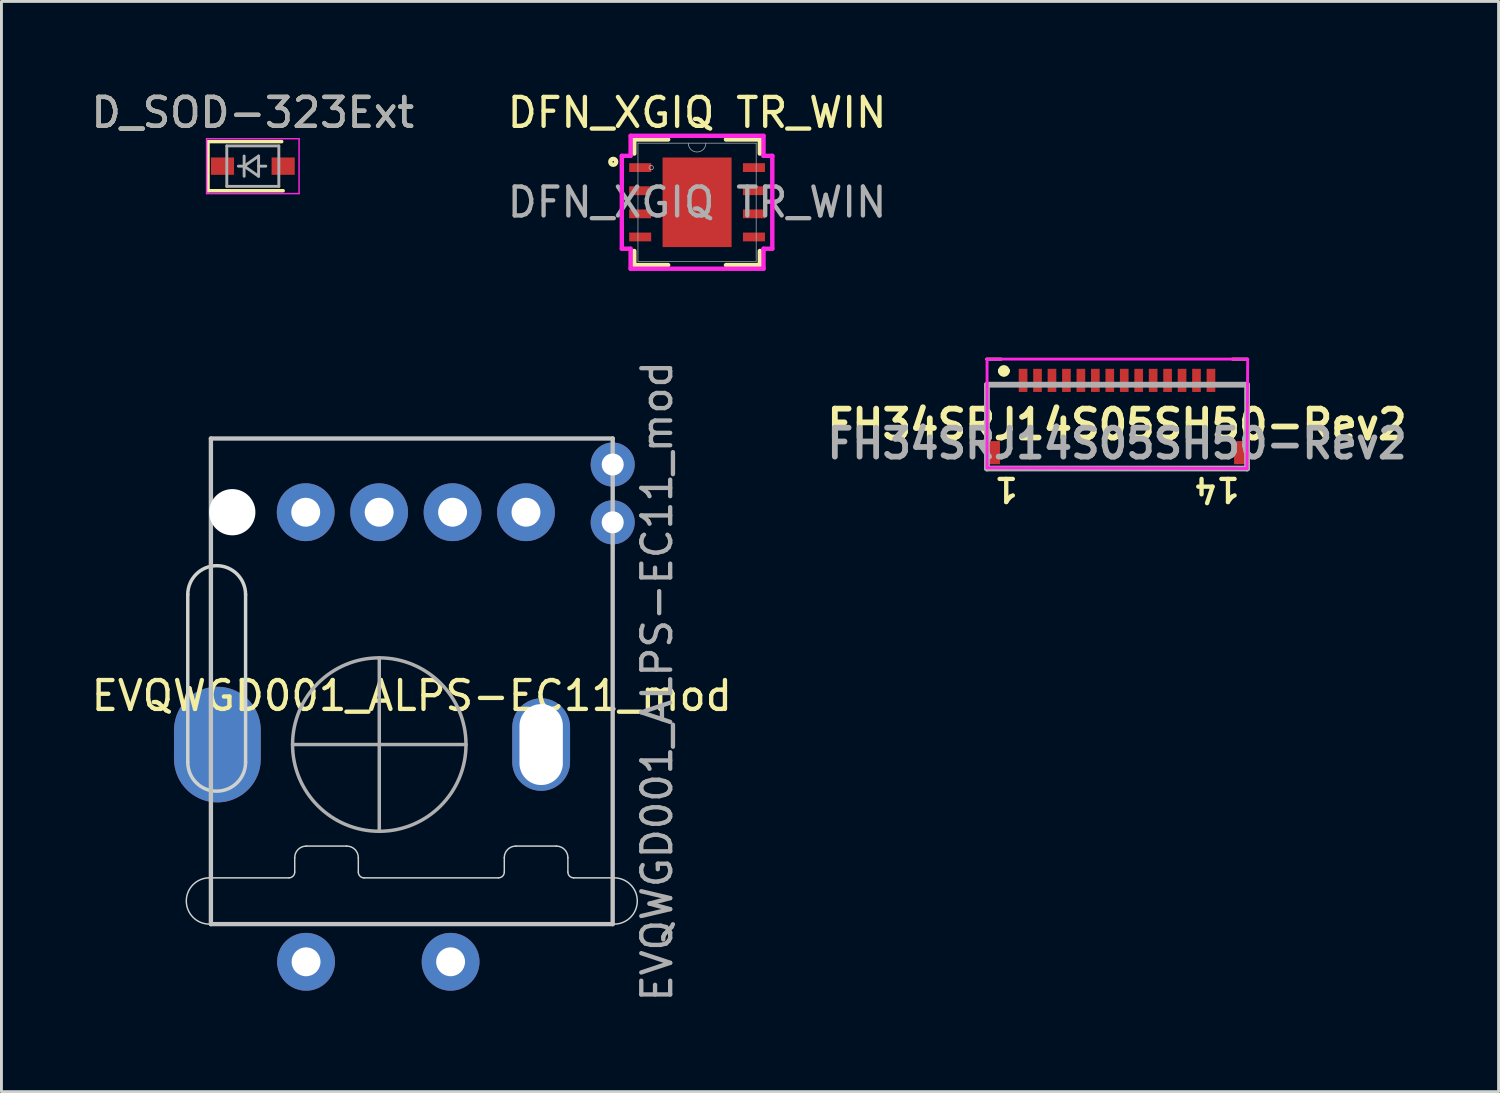
<source format=kicad_pcb>
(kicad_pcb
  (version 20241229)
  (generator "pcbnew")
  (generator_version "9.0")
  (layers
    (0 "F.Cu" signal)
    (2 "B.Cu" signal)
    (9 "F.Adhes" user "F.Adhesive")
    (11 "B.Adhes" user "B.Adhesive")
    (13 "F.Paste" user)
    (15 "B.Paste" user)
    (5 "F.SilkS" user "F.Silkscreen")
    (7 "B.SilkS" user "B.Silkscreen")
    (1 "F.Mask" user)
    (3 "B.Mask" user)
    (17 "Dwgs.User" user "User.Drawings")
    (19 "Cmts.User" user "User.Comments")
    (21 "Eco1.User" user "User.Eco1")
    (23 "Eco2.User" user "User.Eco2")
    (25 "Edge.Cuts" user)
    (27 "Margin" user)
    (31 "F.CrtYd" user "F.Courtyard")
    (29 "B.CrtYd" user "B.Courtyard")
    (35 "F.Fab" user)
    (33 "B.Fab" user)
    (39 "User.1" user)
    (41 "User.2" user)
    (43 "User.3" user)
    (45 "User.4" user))
  (footprint "DFN_XGIQ TR_WIN"
    (layer "F.Cu")
    (at 21.065 3.948)
    (property "Reference" "DFN_XGIQ TR_WIN" (at 0 -3.1 0) (unlocked yes) (layer "F.SilkS") (effects (font (size 1 1) (thickness 0.15))))
    (attr smd)
    (fp_line (start -2.172 -2.172) (end -2.172 -1.685) (stroke (width 0.152) (type solid)) (layer "F.SilkS"))
    (fp_line (start -2.172 1.685) (end -2.172 2.172) (stroke (width 0.152) (type solid)) (layer "F.SilkS"))
    (fp_line (start -2.172 2.172) (end -1 2.172) (stroke (width 0.152) (type solid)) (layer "F.SilkS"))
    (fp_line (start -1 -2.172) (end -2.172 -2.172) (stroke (width 0.152) (type solid)) (layer "F.SilkS"))
    (fp_line (start 2.172 -2.172) (end 1 -2.172) (stroke (width 0.152) (type solid)) (layer "F.SilkS"))
    (fp_line (start 2.172 -1.685) (end 2.172 -2.172) (stroke (width 0.152) (type solid)) (layer "F.SilkS"))
    (fp_line (start 2.172 2.172) (end 1 2.172) (stroke (width 0.152) (type solid)) (layer "F.SilkS"))
    (fp_line (start 2.172 2.172) (end 2.172 1.685) (stroke (width 0.152) (type solid)) (layer "F.SilkS"))
    (fp_circle (center -2.9 -1.4) (end -2.798 -1.4) (stroke (width 0.152) (type solid)) (fill no) (layer "F.SilkS"))
    (fp_poly (pts (xy -1.094 -1.449) (xy -1.094 -0.1) (xy 1.094 -0.1) (xy 1.094 -1.449)) (stroke (width 0) (type solid)) (fill yes) (layer "F.Paste"))
    (fp_poly (pts (xy -1.094 0.1) (xy -1.094 1.449) (xy 1.094 1.449) (xy 1.094 0.1)) (stroke (width 0) (type solid)) (fill yes) (layer "F.Paste"))
    (fp_line (start -2.603 -1.607) (end -2.299 -1.607) (stroke (width 0.152) (type solid)) (layer "F.CrtYd"))
    (fp_line (start -2.603 1.607) (end -2.603 -1.607) (stroke (width 0.152) (type solid)) (layer "F.CrtYd"))
    (fp_line (start -2.603 1.607) (end -2.299 1.607) (stroke (width 0.152) (type solid)) (layer "F.CrtYd"))
    (fp_line (start -2.299 -2.299) (end 2.299 -2.299) (stroke (width 0.152) (type solid)) (layer "F.CrtYd"))
    (fp_line (start -2.299 -1.607) (end -2.299 -2.299) (stroke (width 0.152) (type solid)) (layer "F.CrtYd"))
    (fp_line (start -2.299 2.299) (end -2.299 1.607) (stroke (width 0.152) (type solid)) (layer "F.CrtYd"))
    (fp_line (start 2.299 -2.299) (end 2.299 -1.607) (stroke (width 0.152) (type solid)) (layer "F.CrtYd"))
    (fp_line (start 2.299 1.607) (end 2.299 2.299) (stroke (width 0.152) (type solid)) (layer "F.CrtYd"))
    (fp_line (start 2.299 2.299) (end -2.299 2.299) (stroke (width 0.152) (type solid)) (layer "F.CrtYd"))
    (fp_line (start 2.603 -1.607) (end 2.299 -1.607) (stroke (width 0.152) (type solid)) (layer "F.CrtYd"))
    (fp_line (start 2.603 -1.607) (end 2.603 1.607) (stroke (width 0.152) (type solid)) (layer "F.CrtYd"))
    (fp_line (start 2.603 1.607) (end 2.299 1.607) (stroke (width 0.152) (type solid)) (layer "F.CrtYd"))
    (fp_line (start -2.045 -2.045) (end -2.045 2.045) (stroke (width 0.025) (type solid)) (layer "F.Fab"))
    (fp_line (start -2.045 2.045) (end 2.045 2.045) (stroke (width 0.025) (type solid)) (layer "F.Fab"))
    (fp_line (start 2.045 -2.045) (end -2.045 -2.045) (stroke (width 0.025) (type solid)) (layer "F.Fab"))
    (fp_line (start 2.045 2.045) (end 2.045 -2.045) (stroke (width 0.025) (type solid)) (layer "F.Fab"))
    (fp_arc (start 0.3048 -2.0447) (mid 0 -1.7399) (end -0.3048 -2.0447) (stroke (width 0.0254) (type solid)) (layer "F.Fab"))
    (fp_circle (center -1.587 -1.2) (end -1.511 -1.2) (stroke (width 0.025) (type solid)) (fill no) (layer "F.Fab"))
    (fp_text user "${REFERENCE}" (at 0 0 0) (unlocked yes) (layer "F.Fab") (effects (font (size 1 1) (thickness 0.15))))
    (pad "1" smd rect (at -1.968 -1.2) (size 0.762 0.305) (layers "F.Cu" "F.Mask" "F.Paste"))
    (pad "2" smd rect (at -1.968 -0.4) (size 0.762 0.305) (layers "F.Cu" "F.Mask" "F.Paste"))
    (pad "3" smd rect (at -1.968 0.4) (size 0.762 0.305) (layers "F.Cu" "F.Mask" "F.Paste"))
    (pad "4" smd rect (at -1.968 1.2) (size 0.762 0.305) (layers "F.Cu" "F.Mask" "F.Paste"))
    (pad "5" smd rect (at 1.968 1.2) (size 0.762 0.305) (layers "F.Cu" "F.Mask" "F.Paste"))
    (pad "6" smd rect (at 1.968 0.4) (size 0.762 0.305) (layers "F.Cu" "F.Mask" "F.Paste"))
    (pad "7" smd rect (at 1.968 -0.4) (size 0.762 0.305) (layers "F.Cu" "F.Mask" "F.Paste"))
    (pad "8" smd rect (at 1.968 -1.2) (size 0.762 0.305) (layers "F.Cu" "F.Mask" "F.Paste"))
    (pad "9" smd rect (at 0 0) (size 2.388 3.099) (layers "F.Cu" "F.Mask" "F.Paste")))
  (footprint "EVQWGD001_ALPS-EC11_mod"
    (layer "F.Cu")
    (at 11.196 20.52)
    (property "Reference" "EVQWGD001_ALPS-EC11_mod" (at 0 0.5 0) (layer "F.SilkS") (effects (font (size 1 1) (thickness 0.15))))
    (attr through_hole)
    (fp_line (start -6.95 -8.4) (end -6.95 8.4) (stroke (width 0.15) (type solid)) (layer "Dwgs.User"))
    (fp_line (start -6.95 -8.4) (end 6.95 -8.4) (stroke (width 0.15) (type solid)) (layer "Dwgs.User"))
    (fp_line (start -6.95 8.4) (end 6.95 8.4) (stroke (width 0.15) (type solid)) (layer "Dwgs.User"))
    (fp_line (start 6.95 -8.4) (end 6.95 8.4) (stroke (width 0.15) (type solid)) (layer "Dwgs.User"))
    (fp_line (start -7.75 -3) (end -7.75 2.8) (stroke (width 0.12) (type solid)) (layer "Edge.Cuts"))
    (fp_line (start -7 6.799) (end -4.25 6.799) (stroke (width 0.05) (type solid)) (layer "Edge.Cuts"))
    (fp_line (start -7 8.4) (end 7 8.4) (stroke (width 0.05) (type solid)) (layer "Edge.Cuts"))
    (fp_line (start -5.75 2.8) (end -5.75 -3) (stroke (width 0.12) (type solid)) (layer "Edge.Cuts"))
    (fp_line (start -4.05 6.599) (end -4.05 6.1) (stroke (width 0.05) (type solid)) (layer "Edge.Cuts"))
    (fp_line (start -2.25 5.7) (end -3.65 5.7) (stroke (width 0.05) (type solid)) (layer "Edge.Cuts"))
    (fp_line (start -1.85 6.6) (end -1.85 6.1) (stroke (width 0.05) (type solid)) (layer "Edge.Cuts"))
    (fp_line (start -1.65 6.799) (end 3 6.799) (stroke (width 0.05) (type solid)) (layer "Edge.Cuts"))
    (fp_line (start 3.2 6.599) (end 3.2 6.1) (stroke (width 0.05) (type solid)) (layer "Edge.Cuts"))
    (fp_line (start 5 5.7) (end 3.6 5.7) (stroke (width 0.05) (type solid)) (layer "Edge.Cuts"))
    (fp_line (start 5.4 6.599) (end 5.4 6.1) (stroke (width 0.05) (type solid)) (layer "Edge.Cuts"))
    (fp_line (start 5.6 6.799) (end 7 6.799) (stroke (width 0.05) (type solid)) (layer "Edge.Cuts"))
    (fp_arc (start -7.75 -3) (mid -6.75 -4) (end -5.75 -3) (stroke (width 0.12) (type solid)) (layer "Edge.Cuts"))
    (fp_arc (start -7 8.4) (mid -7.800711 7.599289) (end -7 6.798579) (stroke (width 0.05) (type solid)) (layer "Edge.Cuts"))
    (fp_arc (start -5.75 2.8) (mid -6.75 3.8) (end -7.75 2.8) (stroke (width 0.12) (type solid)) (layer "Edge.Cuts"))
    (fp_arc (start -4.05 6.1) (mid -3.932843 5.817157) (end -3.65 5.7) (stroke (width 0.05) (type solid)) (layer "Edge.Cuts"))
    (fp_arc (start -4.05 6.598579) (mid -4.108579 6.74) (end -4.25 6.798579) (stroke (width 0.05) (type solid)) (layer "Edge.Cuts"))
    (fp_arc (start -2.25 5.7) (mid -1.967157 5.817157) (end -1.85 6.1) (stroke (width 0.05) (type solid)) (layer "Edge.Cuts"))
    (fp_arc (start -1.65 6.8) (mid -1.791421 6.741421) (end -1.85 6.6) (stroke (width 0.05) (type solid)) (layer "Edge.Cuts"))
    (fp_arc (start 3.2 6.1) (mid 3.317158 5.817157) (end 3.6 5.7) (stroke (width 0.05) (type solid)) (layer "Edge.Cuts"))
    (fp_arc (start 3.2 6.598579) (mid 3.141421 6.74) (end 3 6.798579) (stroke (width 0.05) (type solid)) (layer "Edge.Cuts"))
    (fp_arc (start 5 5.7) (mid 5.282843 5.817157) (end 5.4 6.1) (stroke (width 0.05) (type solid)) (layer "Edge.Cuts"))
    (fp_arc (start 5.6 6.798579) (mid 5.458579 6.74) (end 5.4 6.598579) (stroke (width 0.05) (type solid)) (layer "Edge.Cuts"))
    (fp_arc (start 7 6.798579) (mid 7.80071 7.599289) (end 7 8.4) (stroke (width 0.05) (type solid)) (layer "Edge.Cuts"))
    (fp_line (start -1.125 -0.812) (end -1.125 5.188) (stroke (width 0.12) (type solid)) (layer "F.Fab"))
    (fp_line (start 1.875 2.188) (end -4.125 2.188) (stroke (width 0.12) (type solid)) (layer "F.Fab"))
    (fp_circle (center -1.125 2.188) (end -1.125 5.188) (stroke (width 0.12) (type solid)) (fill no) (layer "F.Fab"))
    (fp_text user "${REFERENCE}" (at 8.484 0 270) (layer "F.Fab") (effects (font (size 1 1) (thickness 0.15))))
    (pad "" smd oval (at -6.725 2.188 270) (size 4 3) (layers "F.Cu" "F.Mask" "F.Paste"))
    (pad "" smd oval (at -6.725 2.188 270) (size 4 3) (layers "B.Cu" "B.Mask" "B.Paste"))
    (pad "" np_thru_hole circle (at -6.21 -5.85) (size 1.6 1.6) (drill 1.6) (layers "*.Cu"))
    (pad "" np_thru_hole oval (at 4.475 2.188 270) (size 3.2 2) (drill oval 2.8 1.5) (layers "*.Cu" "*.Mask"))
    (pad "A" thru_hole circle (at -3.67 -5.85) (size 2 2) (drill 1) (layers "*.Cu" "B.Mask"))
    (pad "A" thru_hole circle (at 3.95 -5.85) (size 2 2) (drill 1) (layers "*.Cu" "B.Mask"))
    (pad "B" thru_hole circle (at 1.41 -5.85) (size 2 2) (drill 1) (layers "*.Cu" "B.Mask"))
    (pad "C" thru_hole circle (at -1.13 -5.85) (size 2 2) (drill 1) (layers "*.Cu" "B.Mask"))
    (pad "S1" thru_hole circle (at -3.658 9.703 270) (size 2 2) (drill 1) (layers "*.Cu" "*.Mask"))
    (pad "S1" thru_hole circle (at 6.95 -7.5) (size 1.524 1.524) (drill 0.762) (layers "*.Cu" "B.Mask"))
    (pad "S2" thru_hole circle (at 1.342 9.703 270) (size 2 2) (drill 1) (layers "*.Cu" "*.Mask"))
    (pad "S2" thru_hole oval (at 6.95 -5.5) (size 1.524 1.524) (drill 0.762) (layers "*.Cu" "B.Mask")))
  (footprint "FH34SRJ14S05SH50-Rev2"
    (layer "F.Cu")
    (at 35.593 11.634)
    (property "Reference" "FH34SRJ14S05SH50-Rev2" (at 0 0 0) (layer "F.SilkS") (effects (font (size 1 1) (thickness 0.2))))
    (attr smd)
    (fp_line (start -4.5 -1.375) (end -4.5 -1.375) (stroke (width 0.1) (type solid)) (layer "F.SilkS"))
    (fp_line (start -4.5 -1.375) (end -4.5 -1.375) (stroke (width 0.1) (type solid)) (layer "F.SilkS"))
    (fp_line (start -4.5 -1.375) (end -4.5 0.25) (stroke (width 0.1) (type solid)) (layer "F.SilkS"))
    (fp_line (start -4.5 -1.375) (end -4 -1.375) (stroke (width 0.1) (type solid)) (layer "F.SilkS"))
    (fp_line (start -4.5 0.25) (end -4.5 -1.375) (stroke (width 0.1) (type solid)) (layer "F.SilkS"))
    (fp_line (start -4.5 0.25) (end -4.5 0.25) (stroke (width 0.1) (type solid)) (layer "F.SilkS"))
    (fp_line (start -4.013 -1.854) (end -4.013 -1.854) (stroke (width 0.2) (type solid)) (layer "F.SilkS"))
    (fp_line (start -4.013 -1.854) (end -4.013 -1.854) (stroke (width 0.2) (type solid)) (layer "F.SilkS"))
    (fp_line (start -4.008 -2.261) (end -4.508 -2.261) (stroke (width 0.1) (type solid)) (layer "F.SilkS"))
    (fp_line (start -4 -1.375) (end -4.5 -1.375) (stroke (width 0.1) (type solid)) (layer "F.SilkS"))
    (fp_line (start -3.813 -1.854) (end -3.813 -1.854) (stroke (width 0.2) (type solid)) (layer "F.SilkS"))
    (fp_line (start -3.5 1.525) (end 3.5 1.525) (stroke (width 0.1) (type solid)) (layer "F.SilkS"))
    (fp_line (start 3.5 1.525) (end -3.5 1.525) (stroke (width 0.1) (type solid)) (layer "F.SilkS"))
    (fp_line (start 3.5 1.525) (end 3.5 1.525) (stroke (width 0.1) (type solid)) (layer "F.SilkS"))
    (fp_line (start 4 -1.375) (end 4.5 -1.375) (stroke (width 0.1) (type solid)) (layer "F.SilkS"))
    (fp_line (start 4.492 -2.261) (end 3.992 -2.261) (stroke (width 0.1) (type solid)) (layer "F.SilkS"))
    (fp_line (start 4.5 -1.375) (end 4 -1.375) (stroke (width 0.1) (type solid)) (layer "F.SilkS"))
    (fp_line (start 4.5 -1.375) (end 4.5 -1.375) (stroke (width 0.1) (type solid)) (layer "F.SilkS"))
    (fp_line (start 4.5 -1.375) (end 4.5 -1.25) (stroke (width 0.1) (type solid)) (layer "F.SilkS"))
    (fp_line (start 4.5 -1.25) (end 4.5 0.25) (stroke (width 0.1) (type solid)) (layer "F.SilkS"))
    (fp_line (start 4.5 0.25) (end 4.5 -1.25) (stroke (width 0.1) (type solid)) (layer "F.SilkS"))
    (fp_line (start 4.5 0.25) (end 4.5 0.25) (stroke (width 0.1) (type solid)) (layer "F.SilkS"))
    (fp_arc (start -4.0132 -1.8542) (mid -3.9132 -1.9542) (end -3.8132 -1.8542) (stroke (width 0.2) (type solid)) (layer "F.SilkS"))
    (fp_arc (start -3.8132 -1.8542) (mid -3.9132 -1.7542) (end -4.0132 -1.8542) (stroke (width 0.2) (type solid)) (layer "F.SilkS"))
    (fp_arc (start -3.8132 -1.8542) (mid -3.9132 -1.7542) (end -4.0132 -1.8542) (stroke (width 0.2) (type solid)) (layer "F.SilkS"))
    (fp_line (start -4.496 -2.261) (end -4.496 1.499) (stroke (width 0.1) (type solid)) (layer "F.CrtYd"))
    (fp_line (start -4.496 1.499) (end 4.496 1.524) (stroke (width 0.1) (type solid)) (layer "F.CrtYd"))
    (fp_line (start 4.496 1.524) (end 4.521 -2.261) (stroke (width 0.1) (type solid)) (layer "F.CrtYd"))
    (fp_line (start 4.521 -2.261) (end -4.496 -2.261) (stroke (width 0.1) (type solid)) (layer "F.CrtYd"))
    (fp_line (start -4.5 -1.375) (end 4.5 -1.375) (stroke (width 0.2) (type solid)) (layer "F.Fab"))
    (fp_line (start -4.5 1.525) (end -4.5 -1.375) (stroke (width 0.2) (type solid)) (layer "F.Fab"))
    (fp_line (start 4.5 -1.375) (end 4.5 1.525) (stroke (width 0.2) (type solid)) (layer "F.Fab"))
    (fp_line (start 4.5 1.525) (end -4.5 1.525) (stroke (width 0.2) (type solid)) (layer "F.Fab"))
    (fp_text user "14" (at 4.318 1.778 180) (unlocked yes) (layer "F.SilkS") (effects (font (size 0.8 0.8) (thickness 0.15)) (justify left bottom)))
    (fp_text user "1" (at -3.353 1.778 180) (unlocked yes) (layer "F.SilkS") (effects (font (size 0.8 0.8) (thickness 0.15)) (justify left bottom)))
    (fp_text user "${REFERENCE}" (at 0 0.66 0) (layer "F.Fab") (effects (font (size 1 1) (thickness 0.2))))
    (pad "1" smd rect (at -3.25 -1.525) (size 0.3 0.8) (layers "F.Cu" "F.Mask" "F.Paste"))
    (pad "2" smd rect (at -2.75 -1.525) (size 0.3 0.8) (layers "F.Cu" "F.Mask" "F.Paste"))
    (pad "3" smd rect (at -2.25 -1.525) (size 0.3 0.8) (layers "F.Cu" "F.Mask" "F.Paste"))
    (pad "4" smd rect (at -1.75 -1.525) (size 0.3 0.8) (layers "F.Cu" "F.Mask" "F.Paste"))
    (pad "5" smd rect (at -1.25 -1.525) (size 0.3 0.8) (layers "F.Cu" "F.Mask" "F.Paste"))
    (pad "6" smd rect (at -0.75 -1.525) (size 0.3 0.8) (layers "F.Cu" "F.Mask" "F.Paste"))
    (pad "7" smd rect (at -0.25 -1.525) (size 0.3 0.8) (layers "F.Cu" "F.Mask" "F.Paste"))
    (pad "8" smd rect (at 0.25 -1.525) (size 0.3 0.8) (layers "F.Cu" "F.Mask" "F.Paste"))
    (pad "9" smd rect (at 0.75 -1.525) (size 0.3 0.8) (layers "F.Cu" "F.Mask" "F.Paste"))
    (pad "10" smd rect (at 1.25 -1.525) (size 0.3 0.8) (layers "F.Cu" "F.Mask" "F.Paste"))
    (pad "11" smd rect (at 1.75 -1.525) (size 0.3 0.8) (layers "F.Cu" "F.Mask" "F.Paste"))
    (pad "12" smd rect (at 2.25 -1.525) (size 0.3 0.8) (layers "F.Cu" "F.Mask" "F.Paste"))
    (pad "13" smd rect (at 2.75 -1.525) (size 0.3 0.8) (layers "F.Cu" "F.Mask" "F.Paste"))
    (pad "14" smd rect (at 3.25 -1.525) (size 0.3 0.8) (layers "F.Cu" "F.Mask" "F.Paste"))
    (pad "MP1" smd rect (at 4.25 0.975) (size 0.4 0.8) (layers "F.Cu" "F.Mask" "F.Paste"))
    (pad "MP2" smd rect (at -4.25 0.975) (size 0.4 0.8) (layers "F.Cu" "F.Mask" "F.Paste")))
  (footprint "D_SOD-323Ext"
    (layer "F.Cu")
    (at 5.696 2.698)
    (property "Reference" "D_SOD-323Ext" (at 0 -1.85 0) (layer "F.SilkS") (effects (font (size 1 1) (thickness 0.15))))
    (attr smd)
    (fp_line (start -1.55 -0.85) (end -1.55 0.85) (stroke (width 0.12) (type solid)) (layer "F.SilkS"))
    (fp_line (start -1.55 -0.85) (end 1 -0.85) (stroke (width 0.12) (type solid)) (layer "F.SilkS"))
    (fp_line (start -1.55 0.85) (end 1.05 0.85) (stroke (width 0.12) (type solid)) (layer "F.SilkS"))
    (fp_line (start -1.6 -0.95) (end -1.6 0.95) (stroke (width 0.05) (type solid)) (layer "F.CrtYd"))
    (fp_line (start -1.6 -0.95) (end 1.6 -0.95) (stroke (width 0.05) (type solid)) (layer "F.CrtYd"))
    (fp_line (start -1.6 0.95) (end 1.6 0.95) (stroke (width 0.05) (type solid)) (layer "F.CrtYd"))
    (fp_line (start 1.6 -0.95) (end 1.6 0.95) (stroke (width 0.05) (type solid)) (layer "F.CrtYd"))
    (fp_line (start -0.9 -0.7) (end 0.9 -0.7) (stroke (width 0.1) (type solid)) (layer "F.Fab"))
    (fp_line (start -0.9 0.7) (end -0.9 -0.7) (stroke (width 0.1) (type solid)) (layer "F.Fab"))
    (fp_line (start -0.3 -0.35) (end -0.3 0.35) (stroke (width 0.1) (type solid)) (layer "F.Fab"))
    (fp_line (start -0.3 0) (end -0.5 0) (stroke (width 0.1) (type solid)) (layer "F.Fab"))
    (fp_line (start -0.3 0) (end 0.2 -0.35) (stroke (width 0.1) (type solid)) (layer "F.Fab"))
    (fp_line (start 0.2 -0.35) (end 0.2 0.35) (stroke (width 0.1) (type solid)) (layer "F.Fab"))
    (fp_line (start 0.2 0) (end 0.45 0) (stroke (width 0.1) (type solid)) (layer "F.Fab"))
    (fp_line (start 0.2 0.35) (end -0.3 0) (stroke (width 0.1) (type solid)) (layer "F.Fab"))
    (fp_line (start 0.9 -0.7) (end 0.9 0.7) (stroke (width 0.1) (type solid)) (layer "F.Fab"))
    (fp_line (start 0.9 0.7) (end -0.9 0.7) (stroke (width 0.1) (type solid)) (layer "F.Fab"))
    (fp_text user "${REFERENCE}" (at 0 -1.85 0) (layer "F.Fab") (effects (font (size 1 1) (thickness 0.15))))
    (pad "1" smd rect (at -1.05 0) (size 0.8 0.6) (layers "F.Cu" "F.Mask" "F.Paste"))
    (pad "2" smd rect (at 1.05 0) (size 0.8 0.6) (layers "F.Cu" "F.Mask" "F.Paste")))
  (gr_rect
    (start -3 -3)
    (end 48.793 34.716)
    (stroke (width 0.1) (type default))
    (fill no)
    (layer "Edge.Cuts")))
</source>
